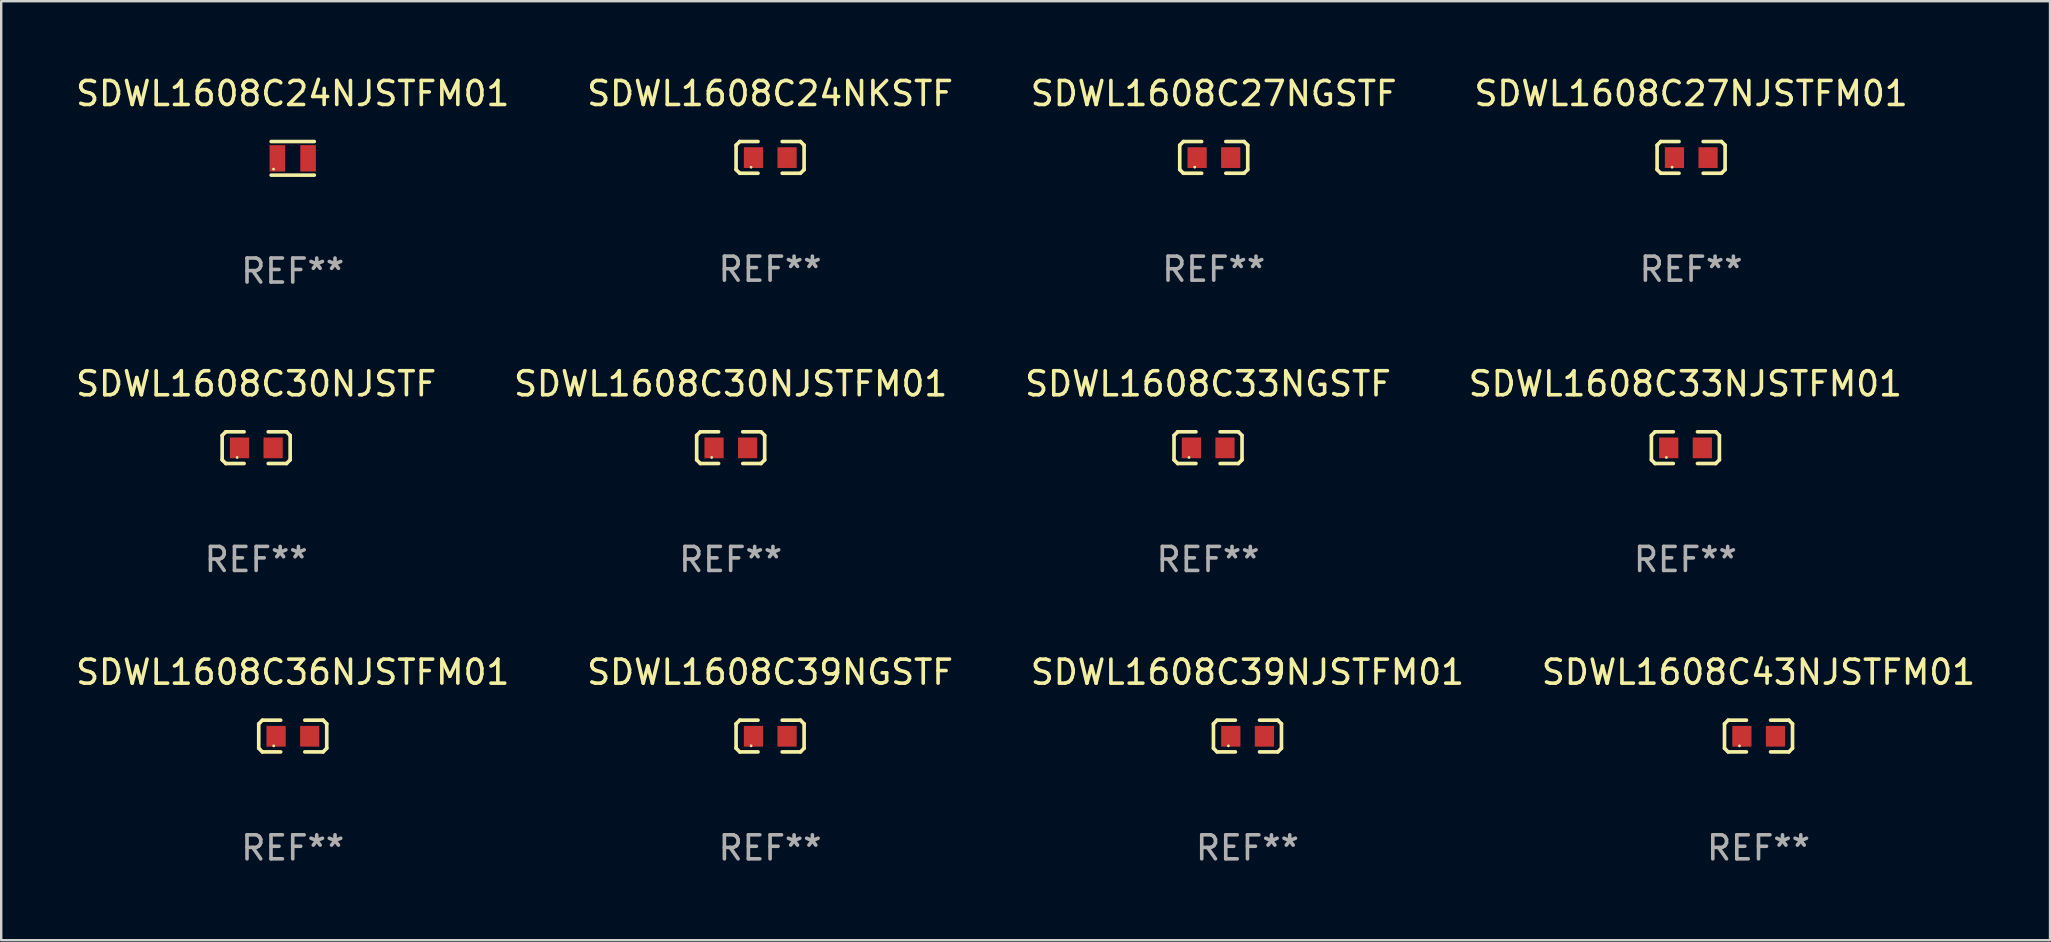
<source format=kicad_pcb>
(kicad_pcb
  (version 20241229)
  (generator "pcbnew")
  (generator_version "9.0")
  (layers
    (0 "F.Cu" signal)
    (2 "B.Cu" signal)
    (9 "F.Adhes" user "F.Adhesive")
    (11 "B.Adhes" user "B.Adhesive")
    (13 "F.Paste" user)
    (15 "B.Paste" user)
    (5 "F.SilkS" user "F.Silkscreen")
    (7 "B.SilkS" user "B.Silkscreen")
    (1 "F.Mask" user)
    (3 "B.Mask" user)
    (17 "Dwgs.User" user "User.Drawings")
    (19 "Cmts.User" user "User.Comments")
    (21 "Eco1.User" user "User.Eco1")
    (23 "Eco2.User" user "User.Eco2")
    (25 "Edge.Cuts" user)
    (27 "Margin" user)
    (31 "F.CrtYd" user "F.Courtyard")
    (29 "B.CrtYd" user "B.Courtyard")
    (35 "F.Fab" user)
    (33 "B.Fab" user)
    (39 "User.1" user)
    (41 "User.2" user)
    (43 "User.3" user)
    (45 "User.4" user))
  (footprint "SDWL1608C24NKSTF"
    (layer "F.Cu")
    (at 29.042 3.509)
    (property "Reference" "SDWL1608C24NKSTF" (at 0 -2.661 0) (layer "F.SilkS") (effects (font (size 1 1) (thickness 0.15))))
    (attr through_hole)
    (fp_line (start -1.417 -0.508) (end -1.265 -0.661) (stroke (width 0.152) (type solid)) (layer "F.SilkS"))
    (fp_line (start -1.417 0.508) (end -1.417 -0.508) (stroke (width 0.152) (type solid)) (layer "F.SilkS"))
    (fp_line (start -1.265 -0.661) (end -0.503 -0.661) (stroke (width 0.152) (type solid)) (layer "F.SilkS"))
    (fp_line (start -1.265 0.661) (end -1.417 0.508) (stroke (width 0.152) (type solid)) (layer "F.SilkS"))
    (fp_line (start -1.265 0.661) (end -0.503 0.661) (stroke (width 0.152) (type solid)) (layer "F.SilkS"))
    (fp_line (start 1.265 -0.661) (end 0.503 -0.661) (stroke (width 0.152) (type solid)) (layer "F.SilkS"))
    (fp_line (start 1.265 -0.661) (end 1.417 -0.508) (stroke (width 0.152) (type solid)) (layer "F.SilkS"))
    (fp_line (start 1.265 0.661) (end 0.503 0.661) (stroke (width 0.152) (type solid)) (layer "F.SilkS"))
    (fp_line (start 1.417 -0.508) (end 1.417 0.508) (stroke (width 0.152) (type solid)) (layer "F.SilkS"))
    (fp_line (start 1.417 0.508) (end 1.265 0.661) (stroke (width 0.152) (type solid)) (layer "F.SilkS"))
    (fp_circle (center -0.793 0.409) (end -0.763 0.409) (stroke (width 0.06) (type solid)) (fill no) (layer "F.SilkS"))
    (fp_text user "REF**" (at 0 4.661 0) (layer "F.Fab") (effects (font (size 1 1) (thickness 0.15))))
    (pad "1" smd rect (at -0.693 0.009 180) (size 0.8 0.864) (layers "F.Cu" "F.Mask" "F.Paste"))
    (pad "2" smd rect (at 0.707 0.009 180) (size 0.8 0.864) (layers "F.Cu" "F.Mask" "F.Paste")))
  (footprint "SDWL1608C33NGSTF"
    (layer "F.Cu")
    (at 47.292 15.605)
    (property "Reference" "SDWL1608C33NGSTF" (at 0 -2.661 0) (layer "F.SilkS") (effects (font (size 1 1) (thickness 0.15))))
    (attr through_hole)
    (fp_line (start -1.417 -0.508) (end -1.265 -0.661) (stroke (width 0.152) (type solid)) (layer "F.SilkS"))
    (fp_line (start -1.417 0.508) (end -1.417 -0.508) (stroke (width 0.152) (type solid)) (layer "F.SilkS"))
    (fp_line (start -1.265 -0.661) (end -0.503 -0.661) (stroke (width 0.152) (type solid)) (layer "F.SilkS"))
    (fp_line (start -1.265 0.661) (end -1.417 0.508) (stroke (width 0.152) (type solid)) (layer "F.SilkS"))
    (fp_line (start -1.265 0.661) (end -0.503 0.661) (stroke (width 0.152) (type solid)) (layer "F.SilkS"))
    (fp_line (start 1.265 -0.661) (end 0.503 -0.661) (stroke (width 0.152) (type solid)) (layer "F.SilkS"))
    (fp_line (start 1.265 -0.661) (end 1.417 -0.508) (stroke (width 0.152) (type solid)) (layer "F.SilkS"))
    (fp_line (start 1.265 0.661) (end 0.503 0.661) (stroke (width 0.152) (type solid)) (layer "F.SilkS"))
    (fp_line (start 1.417 -0.508) (end 1.417 0.508) (stroke (width 0.152) (type solid)) (layer "F.SilkS"))
    (fp_line (start 1.417 0.508) (end 1.265 0.661) (stroke (width 0.152) (type solid)) (layer "F.SilkS"))
    (fp_circle (center -0.793 0.409) (end -0.763 0.409) (stroke (width 0.06) (type solid)) (fill no) (layer "F.SilkS"))
    (fp_text user "REF**" (at 0 4.661 0) (layer "F.Fab") (effects (font (size 1 1) (thickness 0.15))))
    (pad "1" smd rect (at -0.693 0.009 180) (size 0.8 0.864) (layers "F.Cu" "F.Mask" "F.Paste"))
    (pad "2" smd rect (at 0.707 0.009 180) (size 0.8 0.864) (layers "F.Cu" "F.Mask" "F.Paste")))
  (footprint "SDWL1608C24NJSTFM01"
    (layer "F.Cu")
    (at 9.149 3.548)
    (property "Reference" "SDWL1608C24NJSTFM01" (at 0 -2.7 0) (layer "F.SilkS") (effects (font (size 1 1) (thickness 0.15))))
    (attr through_hole)
    (fp_line (start -0.9 -0.7) (end 0.9 -0.7) (stroke (width 0.15) (type solid)) (layer "F.SilkS"))
    (fp_line (start -0.9 0.7) (end 0.9 0.7) (stroke (width 0.15) (type solid)) (layer "F.SilkS"))
    (fp_circle (center -0.8 0.45) (end -0.77 0.45) (stroke (width 0.06) (type solid)) (fill no) (layer "F.SilkS"))
    (fp_text user "REF**" (at 0 4.7 0) (layer "F.Fab") (effects (font (size 1 1) (thickness 0.15))))
    (pad "1" smd rect (at -0.64 0 90) (size 1.1 0.65) (layers "F.Cu" "F.Mask" "F.Paste"))
    (pad "1" smd rect (at 0.64 0 90) (size 1.1 0.65) (layers "F.Cu" "F.Mask" "F.Paste")))
  (footprint "SDWL1608C39NJSTFM01"
    (layer "F.Cu")
    (at 48.935 27.623)
    (property "Reference" "SDWL1608C39NJSTFM01" (at 0 -2.661 0) (layer "F.SilkS") (effects (font (size 1 1) (thickness 0.15))))
    (attr through_hole)
    (fp_line (start -1.417 -0.508) (end -1.265 -0.661) (stroke (width 0.152) (type solid)) (layer "F.SilkS"))
    (fp_line (start -1.417 0.508) (end -1.417 -0.508) (stroke (width 0.152) (type solid)) (layer "F.SilkS"))
    (fp_line (start -1.265 -0.661) (end -0.503 -0.661) (stroke (width 0.152) (type solid)) (layer "F.SilkS"))
    (fp_line (start -1.265 0.661) (end -1.417 0.508) (stroke (width 0.152) (type solid)) (layer "F.SilkS"))
    (fp_line (start -1.265 0.661) (end -0.503 0.661) (stroke (width 0.152) (type solid)) (layer "F.SilkS"))
    (fp_line (start 1.265 -0.661) (end 0.503 -0.661) (stroke (width 0.152) (type solid)) (layer "F.SilkS"))
    (fp_line (start 1.265 -0.661) (end 1.417 -0.508) (stroke (width 0.152) (type solid)) (layer "F.SilkS"))
    (fp_line (start 1.265 0.661) (end 0.503 0.661) (stroke (width 0.152) (type solid)) (layer "F.SilkS"))
    (fp_line (start 1.417 -0.508) (end 1.417 0.508) (stroke (width 0.152) (type solid)) (layer "F.SilkS"))
    (fp_line (start 1.417 0.508) (end 1.265 0.661) (stroke (width 0.152) (type solid)) (layer "F.SilkS"))
    (fp_circle (center -0.793 0.409) (end -0.763 0.409) (stroke (width 0.06) (type solid)) (fill no) (layer "F.SilkS"))
    (fp_text user "REF**" (at 0 4.661 0) (layer "F.Fab") (effects (font (size 1 1) (thickness 0.15))))
    (pad "1" smd rect (at -0.693 0.009 180) (size 0.8 0.864) (layers "F.Cu" "F.Mask" "F.Paste"))
    (pad "2" smd rect (at 0.707 0.009 180) (size 0.8 0.864) (layers "F.Cu" "F.Mask" "F.Paste")))
  (footprint "SDWL1608C36NJSTFM01"
    (layer "F.Cu")
    (at 9.149 27.623)
    (property "Reference" "SDWL1608C36NJSTFM01" (at 0 -2.661 0) (layer "F.SilkS") (effects (font (size 1 1) (thickness 0.15))))
    (attr through_hole)
    (fp_line (start -1.417 -0.508) (end -1.265 -0.661) (stroke (width 0.152) (type solid)) (layer "F.SilkS"))
    (fp_line (start -1.417 0.508) (end -1.417 -0.508) (stroke (width 0.152) (type solid)) (layer "F.SilkS"))
    (fp_line (start -1.265 -0.661) (end -0.503 -0.661) (stroke (width 0.152) (type solid)) (layer "F.SilkS"))
    (fp_line (start -1.265 0.661) (end -1.417 0.508) (stroke (width 0.152) (type solid)) (layer "F.SilkS"))
    (fp_line (start -1.265 0.661) (end -0.503 0.661) (stroke (width 0.152) (type solid)) (layer "F.SilkS"))
    (fp_line (start 1.265 -0.661) (end 0.503 -0.661) (stroke (width 0.152) (type solid)) (layer "F.SilkS"))
    (fp_line (start 1.265 -0.661) (end 1.417 -0.508) (stroke (width 0.152) (type solid)) (layer "F.SilkS"))
    (fp_line (start 1.265 0.661) (end 0.503 0.661) (stroke (width 0.152) (type solid)) (layer "F.SilkS"))
    (fp_line (start 1.417 -0.508) (end 1.417 0.508) (stroke (width 0.152) (type solid)) (layer "F.SilkS"))
    (fp_line (start 1.417 0.508) (end 1.265 0.661) (stroke (width 0.152) (type solid)) (layer "F.SilkS"))
    (fp_circle (center -0.793 0.409) (end -0.763 0.409) (stroke (width 0.06) (type solid)) (fill no) (layer "F.SilkS"))
    (fp_text user "REF**" (at 0 4.661 0) (layer "F.Fab") (effects (font (size 1 1) (thickness 0.15))))
    (pad "1" smd rect (at -0.693 0.009 180) (size 0.8 0.864) (layers "F.Cu" "F.Mask" "F.Paste"))
    (pad "2" smd rect (at 0.707 0.009 180) (size 0.8 0.864) (layers "F.Cu" "F.Mask" "F.Paste")))
  (footprint "SDWL1608C30NJSTFM01"
    (layer "F.Cu")
    (at 27.399 15.605)
    (property "Reference" "SDWL1608C30NJSTFM01" (at 0 -2.661 0) (layer "F.SilkS") (effects (font (size 1 1) (thickness 0.15))))
    (attr through_hole)
    (fp_line (start -1.417 -0.508) (end -1.265 -0.661) (stroke (width 0.152) (type solid)) (layer "F.SilkS"))
    (fp_line (start -1.417 0.508) (end -1.417 -0.508) (stroke (width 0.152) (type solid)) (layer "F.SilkS"))
    (fp_line (start -1.265 -0.661) (end -0.503 -0.661) (stroke (width 0.152) (type solid)) (layer "F.SilkS"))
    (fp_line (start -1.265 0.661) (end -1.417 0.508) (stroke (width 0.152) (type solid)) (layer "F.SilkS"))
    (fp_line (start -1.265 0.661) (end -0.503 0.661) (stroke (width 0.152) (type solid)) (layer "F.SilkS"))
    (fp_line (start 1.265 -0.661) (end 0.503 -0.661) (stroke (width 0.152) (type solid)) (layer "F.SilkS"))
    (fp_line (start 1.265 -0.661) (end 1.417 -0.508) (stroke (width 0.152) (type solid)) (layer "F.SilkS"))
    (fp_line (start 1.265 0.661) (end 0.503 0.661) (stroke (width 0.152) (type solid)) (layer "F.SilkS"))
    (fp_line (start 1.417 -0.508) (end 1.417 0.508) (stroke (width 0.152) (type solid)) (layer "F.SilkS"))
    (fp_line (start 1.417 0.508) (end 1.265 0.661) (stroke (width 0.152) (type solid)) (layer "F.SilkS"))
    (fp_circle (center -0.793 0.409) (end -0.763 0.409) (stroke (width 0.06) (type solid)) (fill no) (layer "F.SilkS"))
    (fp_text user "REF**" (at 0 4.661 0) (layer "F.Fab") (effects (font (size 1 1) (thickness 0.15))))
    (pad "1" smd rect (at -0.693 0.009 180) (size 0.8 0.864) (layers "F.Cu" "F.Mask" "F.Paste"))
    (pad "2" smd rect (at 0.707 0.009 180) (size 0.8 0.864) (layers "F.Cu" "F.Mask" "F.Paste")))
  (footprint "SDWL1608C43NJSTFM01"
    (layer "F.Cu")
    (at 70.232 27.623)
    (property "Reference" "SDWL1608C43NJSTFM01" (at 0 -2.661 0) (layer "F.SilkS") (effects (font (size 1 1) (thickness 0.15))))
    (attr through_hole)
    (fp_line (start -1.417 -0.508) (end -1.265 -0.661) (stroke (width 0.152) (type solid)) (layer "F.SilkS"))
    (fp_line (start -1.417 0.508) (end -1.417 -0.508) (stroke (width 0.152) (type solid)) (layer "F.SilkS"))
    (fp_line (start -1.265 -0.661) (end -0.503 -0.661) (stroke (width 0.152) (type solid)) (layer "F.SilkS"))
    (fp_line (start -1.265 0.661) (end -1.417 0.508) (stroke (width 0.152) (type solid)) (layer "F.SilkS"))
    (fp_line (start -1.265 0.661) (end -0.503 0.661) (stroke (width 0.152) (type solid)) (layer "F.SilkS"))
    (fp_line (start 1.265 -0.661) (end 0.503 -0.661) (stroke (width 0.152) (type solid)) (layer "F.SilkS"))
    (fp_line (start 1.265 -0.661) (end 1.417 -0.508) (stroke (width 0.152) (type solid)) (layer "F.SilkS"))
    (fp_line (start 1.265 0.661) (end 0.503 0.661) (stroke (width 0.152) (type solid)) (layer "F.SilkS"))
    (fp_line (start 1.417 -0.508) (end 1.417 0.508) (stroke (width 0.152) (type solid)) (layer "F.SilkS"))
    (fp_line (start 1.417 0.508) (end 1.265 0.661) (stroke (width 0.152) (type solid)) (layer "F.SilkS"))
    (fp_circle (center -0.793 0.409) (end -0.763 0.409) (stroke (width 0.06) (type solid)) (fill no) (layer "F.SilkS"))
    (fp_text user "REF**" (at 0 4.661 0) (layer "F.Fab") (effects (font (size 1 1) (thickness 0.15))))
    (pad "1" smd rect (at -0.693 0.009 180) (size 0.8 0.864) (layers "F.Cu" "F.Mask" "F.Paste"))
    (pad "2" smd rect (at 0.707 0.009 180) (size 0.8 0.864) (layers "F.Cu" "F.Mask" "F.Paste")))
  (footprint "SDWL1608C27NJSTFM01"
    (layer "F.Cu")
    (at 67.423 3.509)
    (property "Reference" "SDWL1608C27NJSTFM01" (at 0 -2.661 0) (layer "F.SilkS") (effects (font (size 1 1) (thickness 0.15))))
    (attr through_hole)
    (fp_line (start -1.417 -0.508) (end -1.265 -0.661) (stroke (width 0.152) (type solid)) (layer "F.SilkS"))
    (fp_line (start -1.417 0.508) (end -1.417 -0.508) (stroke (width 0.152) (type solid)) (layer "F.SilkS"))
    (fp_line (start -1.265 -0.661) (end -0.503 -0.661) (stroke (width 0.152) (type solid)) (layer "F.SilkS"))
    (fp_line (start -1.265 0.661) (end -1.417 0.508) (stroke (width 0.152) (type solid)) (layer "F.SilkS"))
    (fp_line (start -1.265 0.661) (end -0.503 0.661) (stroke (width 0.152) (type solid)) (layer "F.SilkS"))
    (fp_line (start 1.265 -0.661) (end 0.503 -0.661) (stroke (width 0.152) (type solid)) (layer "F.SilkS"))
    (fp_line (start 1.265 -0.661) (end 1.417 -0.508) (stroke (width 0.152) (type solid)) (layer "F.SilkS"))
    (fp_line (start 1.265 0.661) (end 0.503 0.661) (stroke (width 0.152) (type solid)) (layer "F.SilkS"))
    (fp_line (start 1.417 -0.508) (end 1.417 0.508) (stroke (width 0.152) (type solid)) (layer "F.SilkS"))
    (fp_line (start 1.417 0.508) (end 1.265 0.661) (stroke (width 0.152) (type solid)) (layer "F.SilkS"))
    (fp_circle (center -0.793 0.409) (end -0.763 0.409) (stroke (width 0.06) (type solid)) (fill no) (layer "F.SilkS"))
    (fp_text user "REF**" (at 0 4.661 0) (layer "F.Fab") (effects (font (size 1 1) (thickness 0.15))))
    (pad "1" smd rect (at -0.693 0.009 180) (size 0.8 0.864) (layers "F.Cu" "F.Mask" "F.Paste"))
    (pad "2" smd rect (at 0.707 0.009 180) (size 0.8 0.864) (layers "F.Cu" "F.Mask" "F.Paste")))
  (footprint "SDWL1608C33NJSTFM01"
    (layer "F.Cu")
    (at 67.185 15.605)
    (property "Reference" "SDWL1608C33NJSTFM01" (at 0 -2.661 0) (layer "F.SilkS") (effects (font (size 1 1) (thickness 0.15))))
    (attr through_hole)
    (fp_line (start -1.417 -0.508) (end -1.265 -0.661) (stroke (width 0.152) (type solid)) (layer "F.SilkS"))
    (fp_line (start -1.417 0.508) (end -1.417 -0.508) (stroke (width 0.152) (type solid)) (layer "F.SilkS"))
    (fp_line (start -1.265 -0.661) (end -0.503 -0.661) (stroke (width 0.152) (type solid)) (layer "F.SilkS"))
    (fp_line (start -1.265 0.661) (end -1.417 0.508) (stroke (width 0.152) (type solid)) (layer "F.SilkS"))
    (fp_line (start -1.265 0.661) (end -0.503 0.661) (stroke (width 0.152) (type solid)) (layer "F.SilkS"))
    (fp_line (start 1.265 -0.661) (end 0.503 -0.661) (stroke (width 0.152) (type solid)) (layer "F.SilkS"))
    (fp_line (start 1.265 -0.661) (end 1.417 -0.508) (stroke (width 0.152) (type solid)) (layer "F.SilkS"))
    (fp_line (start 1.265 0.661) (end 0.503 0.661) (stroke (width 0.152) (type solid)) (layer "F.SilkS"))
    (fp_line (start 1.417 -0.508) (end 1.417 0.508) (stroke (width 0.152) (type solid)) (layer "F.SilkS"))
    (fp_line (start 1.417 0.508) (end 1.265 0.661) (stroke (width 0.152) (type solid)) (layer "F.SilkS"))
    (fp_circle (center -0.793 0.409) (end -0.763 0.409) (stroke (width 0.06) (type solid)) (fill no) (layer "F.SilkS"))
    (fp_text user "REF**" (at 0 4.661 0) (layer "F.Fab") (effects (font (size 1 1) (thickness 0.15))))
    (pad "1" smd rect (at -0.693 0.009 180) (size 0.8 0.864) (layers "F.Cu" "F.Mask" "F.Paste"))
    (pad "2" smd rect (at 0.707 0.009 180) (size 0.8 0.864) (layers "F.Cu" "F.Mask" "F.Paste")))
  (footprint "SDWL1608C27NGSTF"
    (layer "F.Cu")
    (at 47.53 3.509)
    (property "Reference" "SDWL1608C27NGSTF" (at 0 -2.661 0) (layer "F.SilkS") (effects (font (size 1 1) (thickness 0.15))))
    (attr through_hole)
    (fp_line (start -1.417 -0.508) (end -1.265 -0.661) (stroke (width 0.152) (type solid)) (layer "F.SilkS"))
    (fp_line (start -1.417 0.508) (end -1.417 -0.508) (stroke (width 0.152) (type solid)) (layer "F.SilkS"))
    (fp_line (start -1.265 -0.661) (end -0.503 -0.661) (stroke (width 0.152) (type solid)) (layer "F.SilkS"))
    (fp_line (start -1.265 0.661) (end -1.417 0.508) (stroke (width 0.152) (type solid)) (layer "F.SilkS"))
    (fp_line (start -1.265 0.661) (end -0.503 0.661) (stroke (width 0.152) (type solid)) (layer "F.SilkS"))
    (fp_line (start 1.265 -0.661) (end 0.503 -0.661) (stroke (width 0.152) (type solid)) (layer "F.SilkS"))
    (fp_line (start 1.265 -0.661) (end 1.417 -0.508) (stroke (width 0.152) (type solid)) (layer "F.SilkS"))
    (fp_line (start 1.265 0.661) (end 0.503 0.661) (stroke (width 0.152) (type solid)) (layer "F.SilkS"))
    (fp_line (start 1.417 -0.508) (end 1.417 0.508) (stroke (width 0.152) (type solid)) (layer "F.SilkS"))
    (fp_line (start 1.417 0.508) (end 1.265 0.661) (stroke (width 0.152) (type solid)) (layer "F.SilkS"))
    (fp_circle (center -0.793 0.409) (end -0.763 0.409) (stroke (width 0.06) (type solid)) (fill no) (layer "F.SilkS"))
    (fp_text user "REF**" (at 0 4.661 0) (layer "F.Fab") (effects (font (size 1 1) (thickness 0.15))))
    (pad "1" smd rect (at -0.693 0.009 180) (size 0.8 0.864) (layers "F.Cu" "F.Mask" "F.Paste"))
    (pad "2" smd rect (at 0.707 0.009 180) (size 0.8 0.864) (layers "F.Cu" "F.Mask" "F.Paste")))
  (footprint "SDWL1608C39NGSTF"
    (layer "F.Cu")
    (at 29.042 27.623)
    (property "Reference" "SDWL1608C39NGSTF" (at 0 -2.661 0) (layer "F.SilkS") (effects (font (size 1 1) (thickness 0.15))))
    (attr through_hole)
    (fp_line (start -1.417 -0.508) (end -1.265 -0.661) (stroke (width 0.152) (type solid)) (layer "F.SilkS"))
    (fp_line (start -1.417 0.508) (end -1.417 -0.508) (stroke (width 0.152) (type solid)) (layer "F.SilkS"))
    (fp_line (start -1.265 -0.661) (end -0.503 -0.661) (stroke (width 0.152) (type solid)) (layer "F.SilkS"))
    (fp_line (start -1.265 0.661) (end -1.417 0.508) (stroke (width 0.152) (type solid)) (layer "F.SilkS"))
    (fp_line (start -1.265 0.661) (end -0.503 0.661) (stroke (width 0.152) (type solid)) (layer "F.SilkS"))
    (fp_line (start 1.265 -0.661) (end 0.503 -0.661) (stroke (width 0.152) (type solid)) (layer "F.SilkS"))
    (fp_line (start 1.265 -0.661) (end 1.417 -0.508) (stroke (width 0.152) (type solid)) (layer "F.SilkS"))
    (fp_line (start 1.265 0.661) (end 0.503 0.661) (stroke (width 0.152) (type solid)) (layer "F.SilkS"))
    (fp_line (start 1.417 -0.508) (end 1.417 0.508) (stroke (width 0.152) (type solid)) (layer "F.SilkS"))
    (fp_line (start 1.417 0.508) (end 1.265 0.661) (stroke (width 0.152) (type solid)) (layer "F.SilkS"))
    (fp_circle (center -0.793 0.409) (end -0.763 0.409) (stroke (width 0.06) (type solid)) (fill no) (layer "F.SilkS"))
    (fp_text user "REF**" (at 0 4.661 0) (layer "F.Fab") (effects (font (size 1 1) (thickness 0.15))))
    (pad "1" smd rect (at -0.693 0.009 180) (size 0.8 0.864) (layers "F.Cu" "F.Mask" "F.Paste"))
    (pad "2" smd rect (at 0.707 0.009 180) (size 0.8 0.864) (layers "F.Cu" "F.Mask" "F.Paste")))
  (footprint "SDWL1608C30NJSTF"
    (layer "F.Cu")
    (at 7.625 15.605)
    (property "Reference" "SDWL1608C30NJSTF" (at 0 -2.661 0) (layer "F.SilkS") (effects (font (size 1 1) (thickness 0.15))))
    (attr through_hole)
    (fp_line (start -1.417 -0.508) (end -1.265 -0.661) (stroke (width 0.152) (type solid)) (layer "F.SilkS"))
    (fp_line (start -1.417 0.508) (end -1.417 -0.508) (stroke (width 0.152) (type solid)) (layer "F.SilkS"))
    (fp_line (start -1.265 -0.661) (end -0.503 -0.661) (stroke (width 0.152) (type solid)) (layer "F.SilkS"))
    (fp_line (start -1.265 0.661) (end -1.417 0.508) (stroke (width 0.152) (type solid)) (layer "F.SilkS"))
    (fp_line (start -1.265 0.661) (end -0.503 0.661) (stroke (width 0.152) (type solid)) (layer "F.SilkS"))
    (fp_line (start 1.265 -0.661) (end 0.503 -0.661) (stroke (width 0.152) (type solid)) (layer "F.SilkS"))
    (fp_line (start 1.265 -0.661) (end 1.417 -0.508) (stroke (width 0.152) (type solid)) (layer "F.SilkS"))
    (fp_line (start 1.265 0.661) (end 0.503 0.661) (stroke (width 0.152) (type solid)) (layer "F.SilkS"))
    (fp_line (start 1.417 -0.508) (end 1.417 0.508) (stroke (width 0.152) (type solid)) (layer "F.SilkS"))
    (fp_line (start 1.417 0.508) (end 1.265 0.661) (stroke (width 0.152) (type solid)) (layer "F.SilkS"))
    (fp_circle (center -0.793 0.409) (end -0.763 0.409) (stroke (width 0.06) (type solid)) (fill no) (layer "F.SilkS"))
    (fp_text user "REF**" (at 0 4.661 0) (layer "F.Fab") (effects (font (size 1 1) (thickness 0.15))))
    (pad "1" smd rect (at -0.693 0.009 180) (size 0.8 0.864) (layers "F.Cu" "F.Mask" "F.Paste"))
    (pad "2" smd rect (at 0.707 0.009 180) (size 0.8 0.864) (layers "F.Cu" "F.Mask" "F.Paste")))
  (gr_rect
    (start -3 -3)
    (end 82.381 36.132)
    (stroke (width 0.1) (type default))
    (fill no)
    (layer "Edge.Cuts")))
</source>
